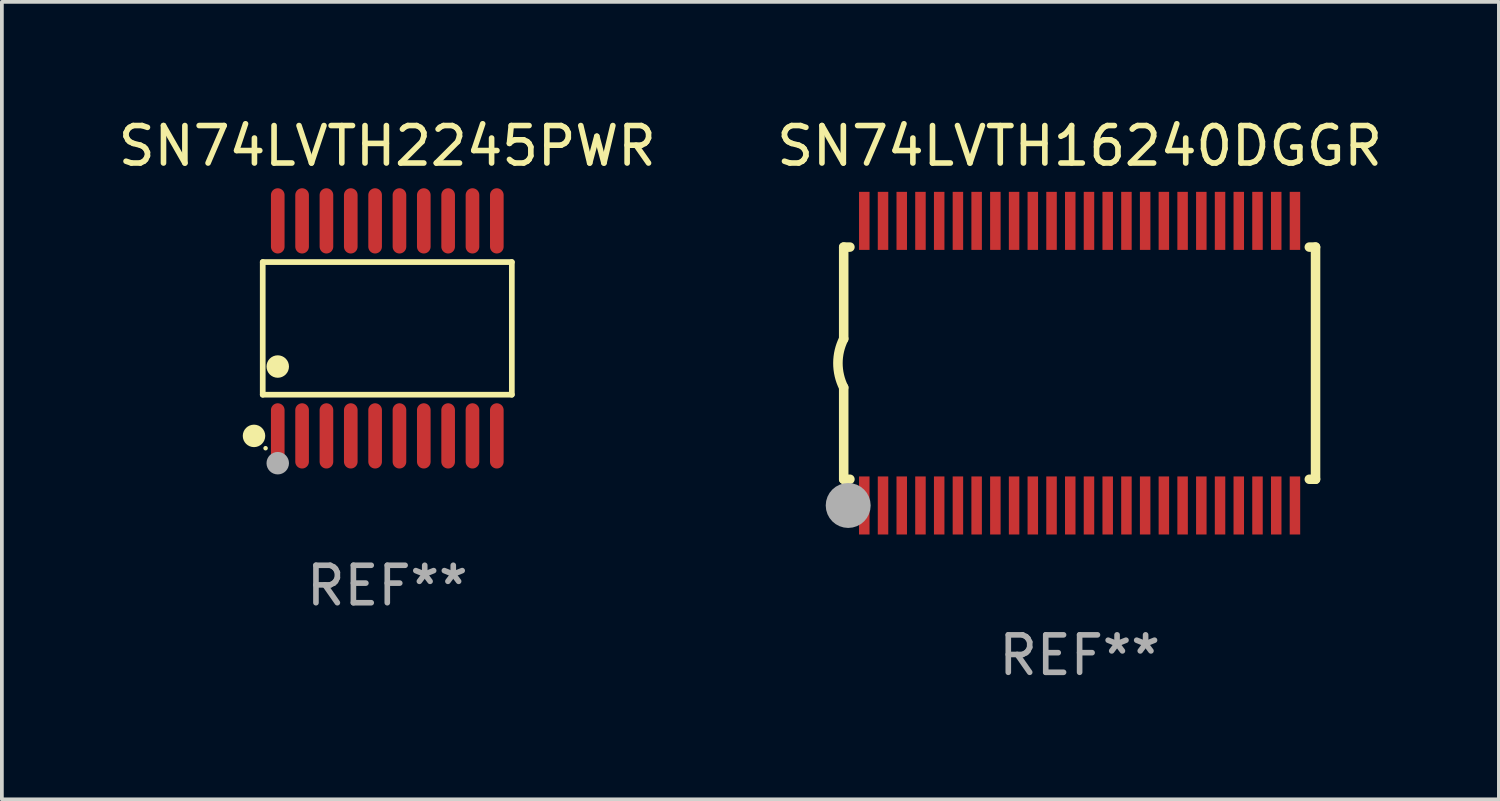
<source format=kicad_pcb>
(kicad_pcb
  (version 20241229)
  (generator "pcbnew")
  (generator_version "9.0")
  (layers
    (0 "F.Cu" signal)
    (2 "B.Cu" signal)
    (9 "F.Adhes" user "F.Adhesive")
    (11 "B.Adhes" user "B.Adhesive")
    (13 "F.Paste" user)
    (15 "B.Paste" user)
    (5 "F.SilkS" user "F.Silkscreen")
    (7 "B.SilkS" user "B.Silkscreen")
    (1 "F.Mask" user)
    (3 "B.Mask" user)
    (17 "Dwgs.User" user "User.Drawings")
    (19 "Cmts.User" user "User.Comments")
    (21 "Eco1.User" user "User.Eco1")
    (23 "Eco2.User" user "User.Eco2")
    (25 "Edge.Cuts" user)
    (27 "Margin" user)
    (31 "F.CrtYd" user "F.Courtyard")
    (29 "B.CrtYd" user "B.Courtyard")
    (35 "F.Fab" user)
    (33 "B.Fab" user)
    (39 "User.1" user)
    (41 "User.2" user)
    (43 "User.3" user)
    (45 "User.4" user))
  (footprint "SN74LVTH16240DGGR"
    (layer "F.Cu")
    (at 25.78 6.648)
    (property "Reference" "SN74LVTH16240DGGR" (at 0 -5.8 0) (layer "F.SilkS") (effects (font (size 1 1) (thickness 0.15))))
    (attr through_hole)
    (fp_line (start -6.3 -3.1) (end -6.3 -0.65) (stroke (width 0.254) (type solid)) (layer "F.SilkS"))
    (fp_line (start -6.3 -3.1) (end -6.134 -3.1) (stroke (width 0.254) (type solid)) (layer "F.SilkS"))
    (fp_line (start -6.3 3.1) (end -6.3 0.65) (stroke (width 0.254) (type solid)) (layer "F.SilkS"))
    (fp_line (start -6.3 3.1) (end -6.134 3.1) (stroke (width 0.254) (type solid)) (layer "F.SilkS"))
    (fp_line (start 6.134 -3.1) (end 6.3 -3.1) (stroke (width 0.254) (type solid)) (layer "F.SilkS"))
    (fp_line (start 6.134 3.1) (end 6.3 3.1) (stroke (width 0.254) (type solid)) (layer "F.SilkS"))
    (fp_line (start 6.3 -3.1) (end 6.3 3.1) (stroke (width 0.254) (type solid)) (layer "F.SilkS"))
    (fp_arc (start -6.301016 0.650114) (mid -6.45413 -0.000082) (end -6.3 -0.650038) (stroke (width 0.254001) (type solid)) (layer "F.SilkS"))
    (fp_circle (center -6.35 3.81) (end -6.223 3.81) (stroke (width 0.254) (type solid)) (fill no) (layer "F.SilkS"))
    (fp_circle (center -6.25 4.05) (end -6.22 4.05) (stroke (width 0.06) (type solid)) (fill no) (layer "F.SilkS"))
    (fp_circle (center -6.18 3.8) (end -5.88 3.8) (stroke (width 0.6) (type solid)) (fill no) (layer "F.Fab"))
    (fp_text user "REF**" (at 0 7.8 0) (layer "F.Fab") (effects (font (size 1 1) (thickness 0.15))))
    (pad "1" smd rect (at -5.75 3.8) (size 0.28 1.55) (layers "F.Cu" "F.Mask" "F.Paste"))
    (pad "2" smd rect (at -5.25 3.8) (size 0.28 1.55) (layers "F.Cu" "F.Mask" "F.Paste"))
    (pad "3" smd rect (at -4.75 3.8) (size 0.28 1.55) (layers "F.Cu" "F.Mask" "F.Paste"))
    (pad "4" smd rect (at -4.25 3.8) (size 0.28 1.55) (layers "F.Cu" "F.Mask" "F.Paste"))
    (pad "5" smd rect (at -3.75 3.8) (size 0.28 1.55) (layers "F.Cu" "F.Mask" "F.Paste"))
    (pad "6" smd rect (at -3.25 3.8) (size 0.28 1.55) (layers "F.Cu" "F.Mask" "F.Paste"))
    (pad "7" smd rect (at -2.75 3.8) (size 0.28 1.55) (layers "F.Cu" "F.Mask" "F.Paste"))
    (pad "8" smd rect (at -2.25 3.8) (size 0.28 1.55) (layers "F.Cu" "F.Mask" "F.Paste"))
    (pad "9" smd rect (at -1.75 3.8) (size 0.28 1.55) (layers "F.Cu" "F.Mask" "F.Paste"))
    (pad "10" smd rect (at -1.25 3.8) (size 0.28 1.55) (layers "F.Cu" "F.Mask" "F.Paste"))
    (pad "11" smd rect (at -0.75 3.8) (size 0.28 1.55) (layers "F.Cu" "F.Mask" "F.Paste"))
    (pad "12" smd rect (at -0.25 3.8) (size 0.28 1.55) (layers "F.Cu" "F.Mask" "F.Paste"))
    (pad "13" smd rect (at 0.25 3.8) (size 0.28 1.55) (layers "F.Cu" "F.Mask" "F.Paste"))
    (pad "14" smd rect (at 0.75 3.8) (size 0.28 1.55) (layers "F.Cu" "F.Mask" "F.Paste"))
    (pad "15" smd rect (at 1.25 3.8) (size 0.28 1.55) (layers "F.Cu" "F.Mask" "F.Paste"))
    (pad "16" smd rect (at 1.75 3.8) (size 0.28 1.55) (layers "F.Cu" "F.Mask" "F.Paste"))
    (pad "17" smd rect (at 2.25 3.8) (size 0.28 1.55) (layers "F.Cu" "F.Mask" "F.Paste"))
    (pad "18" smd rect (at 2.75 3.8) (size 0.28 1.55) (layers "F.Cu" "F.Mask" "F.Paste"))
    (pad "19" smd rect (at 3.25 3.8) (size 0.28 1.55) (layers "F.Cu" "F.Mask" "F.Paste"))
    (pad "20" smd rect (at 3.75 3.8) (size 0.28 1.55) (layers "F.Cu" "F.Mask" "F.Paste"))
    (pad "21" smd rect (at 4.25 3.8) (size 0.28 1.55) (layers "F.Cu" "F.Mask" "F.Paste"))
    (pad "22" smd rect (at 4.75 3.8) (size 0.28 1.55) (layers "F.Cu" "F.Mask" "F.Paste"))
    (pad "23" smd rect (at 5.25 3.8) (size 0.28 1.55) (layers "F.Cu" "F.Mask" "F.Paste"))
    (pad "24" smd rect (at 5.75 3.8) (size 0.28 1.55) (layers "F.Cu" "F.Mask" "F.Paste"))
    (pad "25" smd rect (at 5.75 -3.8) (size 0.28 1.55) (layers "F.Cu" "F.Mask" "F.Paste"))
    (pad "26" smd rect (at 5.25 -3.8) (size 0.28 1.55) (layers "F.Cu" "F.Mask" "F.Paste"))
    (pad "27" smd rect (at 4.75 -3.8) (size 0.28 1.55) (layers "F.Cu" "F.Mask" "F.Paste"))
    (pad "28" smd rect (at 4.25 -3.8) (size 0.28 1.55) (layers "F.Cu" "F.Mask" "F.Paste"))
    (pad "29" smd rect (at 3.75 -3.8) (size 0.28 1.55) (layers "F.Cu" "F.Mask" "F.Paste"))
    (pad "30" smd rect (at 3.25 -3.8) (size 0.28 1.55) (layers "F.Cu" "F.Mask" "F.Paste"))
    (pad "31" smd rect (at 2.75 -3.8) (size 0.28 1.55) (layers "F.Cu" "F.Mask" "F.Paste"))
    (pad "32" smd rect (at 2.25 -3.8) (size 0.28 1.55) (layers "F.Cu" "F.Mask" "F.Paste"))
    (pad "33" smd rect (at 1.75 -3.8) (size 0.28 1.55) (layers "F.Cu" "F.Mask" "F.Paste"))
    (pad "34" smd rect (at 1.25 -3.8) (size 0.28 1.55) (layers "F.Cu" "F.Mask" "F.Paste"))
    (pad "35" smd rect (at 0.75 -3.8) (size 0.28 1.55) (layers "F.Cu" "F.Mask" "F.Paste"))
    (pad "36" smd rect (at 0.25 -3.8) (size 0.28 1.55) (layers "F.Cu" "F.Mask" "F.Paste"))
    (pad "37" smd rect (at -0.25 -3.8) (size 0.28 1.55) (layers "F.Cu" "F.Mask" "F.Paste"))
    (pad "38" smd rect (at -0.75 -3.8) (size 0.28 1.55) (layers "F.Cu" "F.Mask" "F.Paste"))
    (pad "39" smd rect (at -1.25 -3.8) (size 0.28 1.55) (layers "F.Cu" "F.Mask" "F.Paste"))
    (pad "40" smd rect (at -1.75 -3.8) (size 0.28 1.55) (layers "F.Cu" "F.Mask" "F.Paste"))
    (pad "41" smd rect (at -2.25 -3.8) (size 0.28 1.55) (layers "F.Cu" "F.Mask" "F.Paste"))
    (pad "42" smd rect (at -2.75 -3.8) (size 0.28 1.55) (layers "F.Cu" "F.Mask" "F.Paste"))
    (pad "43" smd rect (at -3.25 -3.8) (size 0.28 1.55) (layers "F.Cu" "F.Mask" "F.Paste"))
    (pad "44" smd rect (at -3.75 -3.8) (size 0.28 1.55) (layers "F.Cu" "F.Mask" "F.Paste"))
    (pad "45" smd rect (at -4.25 -3.8) (size 0.28 1.55) (layers "F.Cu" "F.Mask" "F.Paste"))
    (pad "46" smd rect (at -4.75 -3.8) (size 0.28 1.55) (layers "F.Cu" "F.Mask" "F.Paste"))
    (pad "47" smd rect (at -5.25 -3.8) (size 0.28 1.55) (layers "F.Cu" "F.Mask" "F.Paste"))
    (pad "48" smd rect (at -5.75 -3.8) (size 0.28 1.55) (layers "F.Cu" "F.Mask" "F.Paste")))
  (footprint "SN74LVTH2245PWR"
    (layer "F.Cu")
    (at 7.292 5.719)
    (property "Reference" "SN74LVTH2245PWR" (at 0 -4.871 0) (layer "F.SilkS") (effects (font (size 1 1) (thickness 0.15))))
    (attr through_hole)
    (fp_line (start -3.326 -1.771) (end 3.326 -1.771) (stroke (width 0.152) (type solid)) (layer "F.SilkS"))
    (fp_line (start -3.326 1.771) (end -3.326 -1.771) (stroke (width 0.152) (type solid)) (layer "F.SilkS"))
    (fp_line (start 3.326 -1.771) (end 3.326 1.771) (stroke (width 0.152) (type solid)) (layer "F.SilkS"))
    (fp_line (start 3.326 1.771) (end -3.326 1.771) (stroke (width 0.152) (type solid)) (layer "F.SilkS"))
    (fp_circle (center -3.559 2.871) (end -3.409 2.871) (stroke (width 0.3) (type solid)) (fill no) (layer "F.SilkS"))
    (fp_circle (center -3.25 3.2) (end -3.22 3.2) (stroke (width 0.06) (type solid)) (fill no) (layer "F.SilkS"))
    (fp_circle (center -2.925 1.019) (end -2.775 1.019) (stroke (width 0.3) (type solid)) (fill no) (layer "F.SilkS"))
    (fp_circle (center -2.925 3.6) (end -2.775 3.6) (stroke (width 0.3) (type solid)) (fill no) (layer "F.Fab"))
    (fp_text user "REF**" (at 0 6.871 0) (layer "F.Fab") (effects (font (size 1 1) (thickness 0.15))))
    (pad "1" smd oval (at -2.925 2.871) (size 0.364 1.742) (layers "F.Cu" "F.Mask" "F.Paste"))
    (pad "2" smd oval (at -2.275 2.871) (size 0.364 1.742) (layers "F.Cu" "F.Mask" "F.Paste"))
    (pad "3" smd oval (at -1.625 2.871) (size 0.364 1.742) (layers "F.Cu" "F.Mask" "F.Paste"))
    (pad "4" smd oval (at -0.975 2.871) (size 0.364 1.742) (layers "F.Cu" "F.Mask" "F.Paste"))
    (pad "5" smd oval (at -0.325 2.871) (size 0.364 1.742) (layers "F.Cu" "F.Mask" "F.Paste"))
    (pad "6" smd oval (at 0.325 2.871) (size 0.364 1.742) (layers "F.Cu" "F.Mask" "F.Paste"))
    (pad "7" smd oval (at 0.975 2.871) (size 0.364 1.742) (layers "F.Cu" "F.Mask" "F.Paste"))
    (pad "8" smd oval (at 1.625 2.871) (size 0.364 1.742) (layers "F.Cu" "F.Mask" "F.Paste"))
    (pad "9" smd oval (at 2.275 2.871) (size 0.364 1.742) (layers "F.Cu" "F.Mask" "F.Paste"))
    (pad "10" smd oval (at 2.925 2.871) (size 0.364 1.742) (layers "F.Cu" "F.Mask" "F.Paste"))
    (pad "11" smd oval (at 2.925 -2.871) (size 0.364 1.742) (layers "F.Cu" "F.Mask" "F.Paste"))
    (pad "12" smd oval (at 2.275 -2.871) (size 0.364 1.742) (layers "F.Cu" "F.Mask" "F.Paste"))
    (pad "13" smd oval (at 1.625 -2.871) (size 0.364 1.742) (layers "F.Cu" "F.Mask" "F.Paste"))
    (pad "14" smd oval (at 0.975 -2.871) (size 0.364 1.742) (layers "F.Cu" "F.Mask" "F.Paste"))
    (pad "15" smd oval (at 0.325 -2.871) (size 0.364 1.742) (layers "F.Cu" "F.Mask" "F.Paste"))
    (pad "16" smd oval (at -0.325 -2.871) (size 0.364 1.742) (layers "F.Cu" "F.Mask" "F.Paste"))
    (pad "17" smd oval (at -0.975 -2.871) (size 0.364 1.742) (layers "F.Cu" "F.Mask" "F.Paste"))
    (pad "18" smd oval (at -1.625 -2.871) (size 0.364 1.742) (layers "F.Cu" "F.Mask" "F.Paste"))
    (pad "19" smd oval (at -2.275 -2.871) (size 0.364 1.742) (layers "F.Cu" "F.Mask" "F.Paste"))
    (pad "20" smd oval (at -2.925 -2.871) (size 0.364 1.742) (layers "F.Cu" "F.Mask" "F.Paste")))
  (gr_rect
    (start -3 -3)
    (end 36.976 18.296)
    (stroke (width 0.1) (type default))
    (fill no)
    (layer "Edge.Cuts")))
</source>
